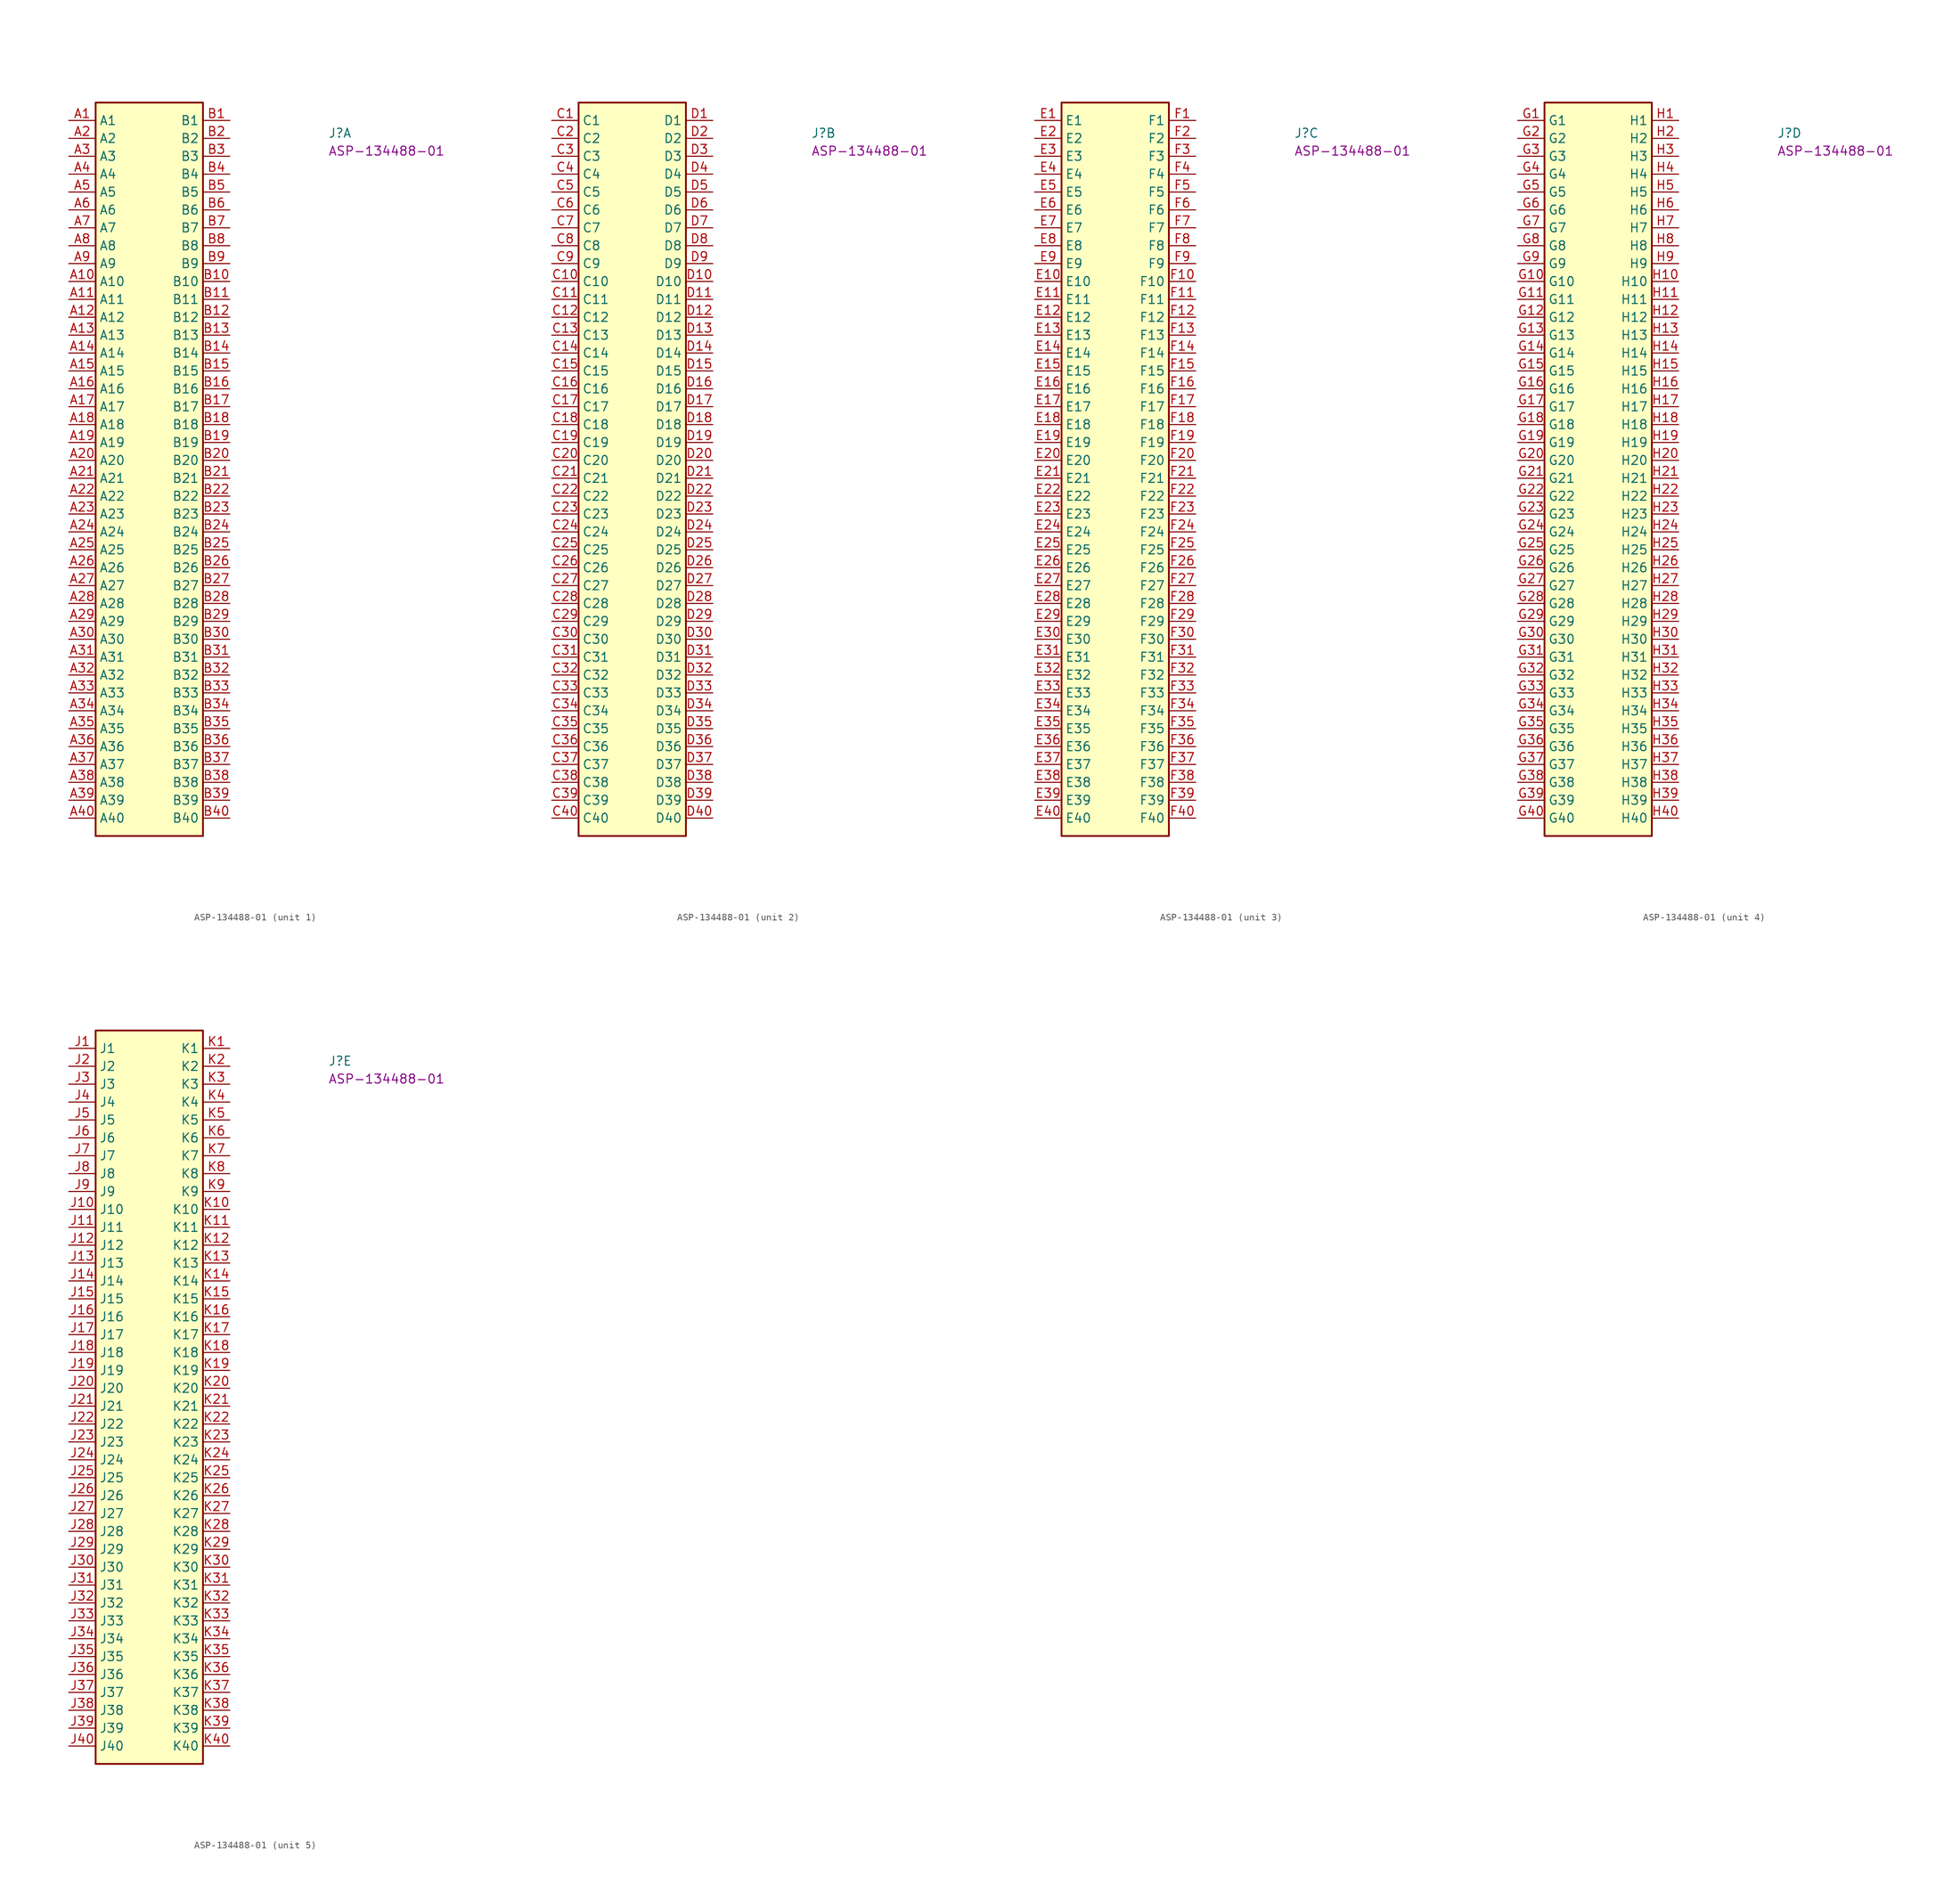
<source format=kicad_sym>
(kicad_symbol_lib
  (version 20220914)
  (generator kicad_symbol_editor)
  (symbol "ASP-134488-01"
    (property "Reference" "J"
      (at 36.83 -2.54 0)
      (effects (font (size 1.27 1.27) (thickness 0.15)) (justify left bottom)))
    (property "MPN" "ASP-134488-01"
      (at 36.83 -5.08 0)
      (effects (font (size 1.27 1.27) (thickness 0.15)) (justify left bottom)))
    (property "ki_locked" ""
      (at 0 0 0)
      (effects (font (size 1.27 1.27))))
    (symbol "ASP-134488-01_1_1"
      (rectangle (start 3.81 -101.6) (end 19.05 2.54) (stroke (width 0.254) (type default)) (fill (type background)))
      (pin passive line (at 0 0 0) (length 3.81) (name "A1" (effects (font (size 1.27 1.27)))) (number "A1" (effects (font (size 1.27 1.27)))))
      (pin passive line (at 0 -22.86 0) (length 3.81) (name "A10" (effects (font (size 1.27 1.27)))) (number "A10" (effects (font (size 1.27 1.27)))))
      (pin passive line (at 0 -25.4 0) (length 3.81) (name "A11" (effects (font (size 1.27 1.27)))) (number "A11" (effects (font (size 1.27 1.27)))))
      (pin passive line (at 0 -27.94 0) (length 3.81) (name "A12" (effects (font (size 1.27 1.27)))) (number "A12" (effects (font (size 1.27 1.27)))))
      (pin passive line (at 0 -30.48 0) (length 3.81) (name "A13" (effects (font (size 1.27 1.27)))) (number "A13" (effects (font (size 1.27 1.27)))))
      (pin passive line (at 0 -33.02 0) (length 3.81) (name "A14" (effects (font (size 1.27 1.27)))) (number "A14" (effects (font (size 1.27 1.27)))))
      (pin passive line (at 0 -35.56 0) (length 3.81) (name "A15" (effects (font (size 1.27 1.27)))) (number "A15" (effects (font (size 1.27 1.27)))))
      (pin passive line (at 0 -38.1 0) (length 3.81) (name "A16" (effects (font (size 1.27 1.27)))) (number "A16" (effects (font (size 1.27 1.27)))))
      (pin passive line (at 0 -40.64 0) (length 3.81) (name "A17" (effects (font (size 1.27 1.27)))) (number "A17" (effects (font (size 1.27 1.27)))))
      (pin passive line (at 0 -43.18 0) (length 3.81) (name "A18" (effects (font (size 1.27 1.27)))) (number "A18" (effects (font (size 1.27 1.27)))))
      (pin passive line (at 0 -45.72 0) (length 3.81) (name "A19" (effects (font (size 1.27 1.27)))) (number "A19" (effects (font (size 1.27 1.27)))))
      (pin passive line (at 0 -2.54 0) (length 3.81) (name "A2" (effects (font (size 1.27 1.27)))) (number "A2" (effects (font (size 1.27 1.27)))))
      (pin passive line (at 0 -48.26 0) (length 3.81) (name "A20" (effects (font (size 1.27 1.27)))) (number "A20" (effects (font (size 1.27 1.27)))))
      (pin passive line (at 0 -50.8 0) (length 3.81) (name "A21" (effects (font (size 1.27 1.27)))) (number "A21" (effects (font (size 1.27 1.27)))))
      (pin passive line (at 0 -53.34 0) (length 3.81) (name "A22" (effects (font (size 1.27 1.27)))) (number "A22" (effects (font (size 1.27 1.27)))))
      (pin passive line (at 0 -55.88 0) (length 3.81) (name "A23" (effects (font (size 1.27 1.27)))) (number "A23" (effects (font (size 1.27 1.27)))))
      (pin passive line (at 0 -58.42 0) (length 3.81) (name "A24" (effects (font (size 1.27 1.27)))) (number "A24" (effects (font (size 1.27 1.27)))))
      (pin passive line (at 0 -60.96 0) (length 3.81) (name "A25" (effects (font (size 1.27 1.27)))) (number "A25" (effects (font (size 1.27 1.27)))))
      (pin passive line (at 0 -63.5 0) (length 3.81) (name "A26" (effects (font (size 1.27 1.27)))) (number "A26" (effects (font (size 1.27 1.27)))))
      (pin passive line (at 0 -66.04 0) (length 3.81) (name "A27" (effects (font (size 1.27 1.27)))) (number "A27" (effects (font (size 1.27 1.27)))))
      (pin passive line (at 0 -68.58 0) (length 3.81) (name "A28" (effects (font (size 1.27 1.27)))) (number "A28" (effects (font (size 1.27 1.27)))))
      (pin passive line (at 0 -71.12 0) (length 3.81) (name "A29" (effects (font (size 1.27 1.27)))) (number "A29" (effects (font (size 1.27 1.27)))))
      (pin passive line (at 0 -5.08 0) (length 3.81) (name "A3" (effects (font (size 1.27 1.27)))) (number "A3" (effects (font (size 1.27 1.27)))))
      (pin passive line (at 0 -73.66 0) (length 3.81) (name "A30" (effects (font (size 1.27 1.27)))) (number "A30" (effects (font (size 1.27 1.27)))))
      (pin passive line (at 0 -76.2 0) (length 3.81) (name "A31" (effects (font (size 1.27 1.27)))) (number "A31" (effects (font (size 1.27 1.27)))))
      (pin passive line (at 0 -78.74 0) (length 3.81) (name "A32" (effects (font (size 1.27 1.27)))) (number "A32" (effects (font (size 1.27 1.27)))))
      (pin passive line (at 0 -81.28 0) (length 3.81) (name "A33" (effects (font (size 1.27 1.27)))) (number "A33" (effects (font (size 1.27 1.27)))))
      (pin passive line (at 0 -83.82 0) (length 3.81) (name "A34" (effects (font (size 1.27 1.27)))) (number "A34" (effects (font (size 1.27 1.27)))))
      (pin passive line (at 0 -86.36 0) (length 3.81) (name "A35" (effects (font (size 1.27 1.27)))) (number "A35" (effects (font (size 1.27 1.27)))))
      (pin passive line (at 0 -88.9 0) (length 3.81) (name "A36" (effects (font (size 1.27 1.27)))) (number "A36" (effects (font (size 1.27 1.27)))))
      (pin passive line (at 0 -91.44 0) (length 3.81) (name "A37" (effects (font (size 1.27 1.27)))) (number "A37" (effects (font (size 1.27 1.27)))))
      (pin passive line (at 0 -93.98 0) (length 3.81) (name "A38" (effects (font (size 1.27 1.27)))) (number "A38" (effects (font (size 1.27 1.27)))))
      (pin passive line (at 0 -96.52 0) (length 3.81) (name "A39" (effects (font (size 1.27 1.27)))) (number "A39" (effects (font (size 1.27 1.27)))))
      (pin passive line (at 0 -7.62 0) (length 3.81) (name "A4" (effects (font (size 1.27 1.27)))) (number "A4" (effects (font (size 1.27 1.27)))))
      (pin passive line (at 0 -99.06 0) (length 3.81) (name "A40" (effects (font (size 1.27 1.27)))) (number "A40" (effects (font (size 1.27 1.27)))))
      (pin passive line (at 0 -10.16 0) (length 3.81) (name "A5" (effects (font (size 1.27 1.27)))) (number "A5" (effects (font (size 1.27 1.27)))))
      (pin passive line (at 0 -12.7 0) (length 3.81) (name "A6" (effects (font (size 1.27 1.27)))) (number "A6" (effects (font (size 1.27 1.27)))))
      (pin passive line (at 0 -15.24 0) (length 3.81) (name "A7" (effects (font (size 1.27 1.27)))) (number "A7" (effects (font (size 1.27 1.27)))))
      (pin passive line (at 0 -17.78 0) (length 3.81) (name "A8" (effects (font (size 1.27 1.27)))) (number "A8" (effects (font (size 1.27 1.27)))))
      (pin passive line (at 0 -20.32 0) (length 3.81) (name "A9" (effects (font (size 1.27 1.27)))) (number "A9" (effects (font (size 1.27 1.27)))))
      (pin passive line (at 22.86 0 180) (length 3.81) (name "B1" (effects (font (size 1.27 1.27)))) (number "B1" (effects (font (size 1.27 1.27)))))
      (pin passive line (at 22.86 -22.86 180) (length 3.81) (name "B10" (effects (font (size 1.27 1.27)))) (number "B10" (effects (font (size 1.27 1.27)))))
      (pin passive line (at 22.86 -25.4 180) (length 3.81) (name "B11" (effects (font (size 1.27 1.27)))) (number "B11" (effects (font (size 1.27 1.27)))))
      (pin passive line (at 22.86 -27.94 180) (length 3.81) (name "B12" (effects (font (size 1.27 1.27)))) (number "B12" (effects (font (size 1.27 1.27)))))
      (pin passive line (at 22.86 -30.48 180) (length 3.81) (name "B13" (effects (font (size 1.27 1.27)))) (number "B13" (effects (font (size 1.27 1.27)))))
      (pin passive line (at 22.86 -33.02 180) (length 3.81) (name "B14" (effects (font (size 1.27 1.27)))) (number "B14" (effects (font (size 1.27 1.27)))))
      (pin passive line (at 22.86 -35.56 180) (length 3.81) (name "B15" (effects (font (size 1.27 1.27)))) (number "B15" (effects (font (size 1.27 1.27)))))
      (pin passive line (at 22.86 -38.1 180) (length 3.81) (name "B16" (effects (font (size 1.27 1.27)))) (number "B16" (effects (font (size 1.27 1.27)))))
      (pin passive line (at 22.86 -40.64 180) (length 3.81) (name "B17" (effects (font (size 1.27 1.27)))) (number "B17" (effects (font (size 1.27 1.27)))))
      (pin passive line (at 22.86 -43.18 180) (length 3.81) (name "B18" (effects (font (size 1.27 1.27)))) (number "B18" (effects (font (size 1.27 1.27)))))
      (pin passive line (at 22.86 -45.72 180) (length 3.81) (name "B19" (effects (font (size 1.27 1.27)))) (number "B19" (effects (font (size 1.27 1.27)))))
      (pin passive line (at 22.86 -2.54 180) (length 3.81) (name "B2" (effects (font (size 1.27 1.27)))) (number "B2" (effects (font (size 1.27 1.27)))))
      (pin passive line (at 22.86 -48.26 180) (length 3.81) (name "B20" (effects (font (size 1.27 1.27)))) (number "B20" (effects (font (size 1.27 1.27)))))
      (pin passive line (at 22.86 -50.8 180) (length 3.81) (name "B21" (effects (font (size 1.27 1.27)))) (number "B21" (effects (font (size 1.27 1.27)))))
      (pin passive line (at 22.86 -53.34 180) (length 3.81) (name "B22" (effects (font (size 1.27 1.27)))) (number "B22" (effects (font (size 1.27 1.27)))))
      (pin passive line (at 22.86 -55.88 180) (length 3.81) (name "B23" (effects (font (size 1.27 1.27)))) (number "B23" (effects (font (size 1.27 1.27)))))
      (pin passive line (at 22.86 -58.42 180) (length 3.81) (name "B24" (effects (font (size 1.27 1.27)))) (number "B24" (effects (font (size 1.27 1.27)))))
      (pin passive line (at 22.86 -60.96 180) (length 3.81) (name "B25" (effects (font (size 1.27 1.27)))) (number "B25" (effects (font (size 1.27 1.27)))))
      (pin passive line (at 22.86 -63.5 180) (length 3.81) (name "B26" (effects (font (size 1.27 1.27)))) (number "B26" (effects (font (size 1.27 1.27)))))
      (pin passive line (at 22.86 -66.04 180) (length 3.81) (name "B27" (effects (font (size 1.27 1.27)))) (number "B27" (effects (font (size 1.27 1.27)))))
      (pin passive line (at 22.86 -68.58 180) (length 3.81) (name "B28" (effects (font (size 1.27 1.27)))) (number "B28" (effects (font (size 1.27 1.27)))))
      (pin passive line (at 22.86 -71.12 180) (length 3.81) (name "B29" (effects (font (size 1.27 1.27)))) (number "B29" (effects (font (size 1.27 1.27)))))
      (pin passive line (at 22.86 -5.08 180) (length 3.81) (name "B3" (effects (font (size 1.27 1.27)))) (number "B3" (effects (font (size 1.27 1.27)))))
      (pin passive line (at 22.86 -73.66 180) (length 3.81) (name "B30" (effects (font (size 1.27 1.27)))) (number "B30" (effects (font (size 1.27 1.27)))))
      (pin passive line (at 22.86 -76.2 180) (length 3.81) (name "B31" (effects (font (size 1.27 1.27)))) (number "B31" (effects (font (size 1.27 1.27)))))
      (pin passive line (at 22.86 -78.74 180) (length 3.81) (name "B32" (effects (font (size 1.27 1.27)))) (number "B32" (effects (font (size 1.27 1.27)))))
      (pin passive line (at 22.86 -81.28 180) (length 3.81) (name "B33" (effects (font (size 1.27 1.27)))) (number "B33" (effects (font (size 1.27 1.27)))))
      (pin passive line (at 22.86 -83.82 180) (length 3.81) (name "B34" (effects (font (size 1.27 1.27)))) (number "B34" (effects (font (size 1.27 1.27)))))
      (pin passive line (at 22.86 -86.36 180) (length 3.81) (name "B35" (effects (font (size 1.27 1.27)))) (number "B35" (effects (font (size 1.27 1.27)))))
      (pin passive line (at 22.86 -88.9 180) (length 3.81) (name "B36" (effects (font (size 1.27 1.27)))) (number "B36" (effects (font (size 1.27 1.27)))))
      (pin passive line (at 22.86 -91.44 180) (length 3.81) (name "B37" (effects (font (size 1.27 1.27)))) (number "B37" (effects (font (size 1.27 1.27)))))
      (pin passive line (at 22.86 -93.98 180) (length 3.81) (name "B38" (effects (font (size 1.27 1.27)))) (number "B38" (effects (font (size 1.27 1.27)))))
      (pin passive line (at 22.86 -96.52 180) (length 3.81) (name "B39" (effects (font (size 1.27 1.27)))) (number "B39" (effects (font (size 1.27 1.27)))))
      (pin passive line (at 22.86 -7.62 180) (length 3.81) (name "B4" (effects (font (size 1.27 1.27)))) (number "B4" (effects (font (size 1.27 1.27)))))
      (pin passive line (at 22.86 -99.06 180) (length 3.81) (name "B40" (effects (font (size 1.27 1.27)))) (number "B40" (effects (font (size 1.27 1.27)))))
      (pin passive line (at 22.86 -10.16 180) (length 3.81) (name "B5" (effects (font (size 1.27 1.27)))) (number "B5" (effects (font (size 1.27 1.27)))))
      (pin passive line (at 22.86 -12.7 180) (length 3.81) (name "B6" (effects (font (size 1.27 1.27)))) (number "B6" (effects (font (size 1.27 1.27)))))
      (pin passive line (at 22.86 -15.24 180) (length 3.81) (name "B7" (effects (font (size 1.27 1.27)))) (number "B7" (effects (font (size 1.27 1.27)))))
      (pin passive line (at 22.86 -17.78 180) (length 3.81) (name "B8" (effects (font (size 1.27 1.27)))) (number "B8" (effects (font (size 1.27 1.27)))))
      (pin passive line (at 22.86 -20.32 180) (length 3.81) (name "B9" (effects (font (size 1.27 1.27)))) (number "B9" (effects (font (size 1.27 1.27))))))
    (symbol "ASP-134488-01_2_1"
      (rectangle (start 3.81 -101.6) (end 19.05 2.54) (stroke (width 0.254) (type default)) (fill (type background)))
      (pin passive line (at 0 0 0) (length 3.81) (name "C1" (effects (font (size 1.27 1.27)))) (number "C1" (effects (font (size 1.27 1.27)))))
      (pin passive line (at 0 -22.86 0) (length 3.81) (name "C10" (effects (font (size 1.27 1.27)))) (number "C10" (effects (font (size 1.27 1.27)))))
      (pin passive line (at 0 -25.4 0) (length 3.81) (name "C11" (effects (font (size 1.27 1.27)))) (number "C11" (effects (font (size 1.27 1.27)))))
      (pin passive line (at 0 -27.94 0) (length 3.81) (name "C12" (effects (font (size 1.27 1.27)))) (number "C12" (effects (font (size 1.27 1.27)))))
      (pin passive line (at 0 -30.48 0) (length 3.81) (name "C13" (effects (font (size 1.27 1.27)))) (number "C13" (effects (font (size 1.27 1.27)))))
      (pin passive line (at 0 -33.02 0) (length 3.81) (name "C14" (effects (font (size 1.27 1.27)))) (number "C14" (effects (font (size 1.27 1.27)))))
      (pin passive line (at 0 -35.56 0) (length 3.81) (name "C15" (effects (font (size 1.27 1.27)))) (number "C15" (effects (font (size 1.27 1.27)))))
      (pin passive line (at 0 -38.1 0) (length 3.81) (name "C16" (effects (font (size 1.27 1.27)))) (number "C16" (effects (font (size 1.27 1.27)))))
      (pin passive line (at 0 -40.64 0) (length 3.81) (name "C17" (effects (font (size 1.27 1.27)))) (number "C17" (effects (font (size 1.27 1.27)))))
      (pin passive line (at 0 -43.18 0) (length 3.81) (name "C18" (effects (font (size 1.27 1.27)))) (number "C18" (effects (font (size 1.27 1.27)))))
      (pin passive line (at 0 -45.72 0) (length 3.81) (name "C19" (effects (font (size 1.27 1.27)))) (number "C19" (effects (font (size 1.27 1.27)))))
      (pin passive line (at 0 -2.54 0) (length 3.81) (name "C2" (effects (font (size 1.27 1.27)))) (number "C2" (effects (font (size 1.27 1.27)))))
      (pin passive line (at 0 -48.26 0) (length 3.81) (name "C20" (effects (font (size 1.27 1.27)))) (number "C20" (effects (font (size 1.27 1.27)))))
      (pin passive line (at 0 -50.8 0) (length 3.81) (name "C21" (effects (font (size 1.27 1.27)))) (number "C21" (effects (font (size 1.27 1.27)))))
      (pin passive line (at 0 -53.34 0) (length 3.81) (name "C22" (effects (font (size 1.27 1.27)))) (number "C22" (effects (font (size 1.27 1.27)))))
      (pin passive line (at 0 -55.88 0) (length 3.81) (name "C23" (effects (font (size 1.27 1.27)))) (number "C23" (effects (font (size 1.27 1.27)))))
      (pin passive line (at 0 -58.42 0) (length 3.81) (name "C24" (effects (font (size 1.27 1.27)))) (number "C24" (effects (font (size 1.27 1.27)))))
      (pin passive line (at 0 -60.96 0) (length 3.81) (name "C25" (effects (font (size 1.27 1.27)))) (number "C25" (effects (font (size 1.27 1.27)))))
      (pin passive line (at 0 -63.5 0) (length 3.81) (name "C26" (effects (font (size 1.27 1.27)))) (number "C26" (effects (font (size 1.27 1.27)))))
      (pin passive line (at 0 -66.04 0) (length 3.81) (name "C27" (effects (font (size 1.27 1.27)))) (number "C27" (effects (font (size 1.27 1.27)))))
      (pin passive line (at 0 -68.58 0) (length 3.81) (name "C28" (effects (font (size 1.27 1.27)))) (number "C28" (effects (font (size 1.27 1.27)))))
      (pin passive line (at 0 -71.12 0) (length 3.81) (name "C29" (effects (font (size 1.27 1.27)))) (number "C29" (effects (font (size 1.27 1.27)))))
      (pin passive line (at 0 -5.08 0) (length 3.81) (name "C3" (effects (font (size 1.27 1.27)))) (number "C3" (effects (font (size 1.27 1.27)))))
      (pin passive line (at 0 -73.66 0) (length 3.81) (name "C30" (effects (font (size 1.27 1.27)))) (number "C30" (effects (font (size 1.27 1.27)))))
      (pin passive line (at 0 -76.2 0) (length 3.81) (name "C31" (effects (font (size 1.27 1.27)))) (number "C31" (effects (font (size 1.27 1.27)))))
      (pin passive line (at 0 -78.74 0) (length 3.81) (name "C32" (effects (font (size 1.27 1.27)))) (number "C32" (effects (font (size 1.27 1.27)))))
      (pin passive line (at 0 -81.28 0) (length 3.81) (name "C33" (effects (font (size 1.27 1.27)))) (number "C33" (effects (font (size 1.27 1.27)))))
      (pin passive line (at 0 -83.82 0) (length 3.81) (name "C34" (effects (font (size 1.27 1.27)))) (number "C34" (effects (font (size 1.27 1.27)))))
      (pin passive line (at 0 -86.36 0) (length 3.81) (name "C35" (effects (font (size 1.27 1.27)))) (number "C35" (effects (font (size 1.27 1.27)))))
      (pin passive line (at 0 -88.9 0) (length 3.81) (name "C36" (effects (font (size 1.27 1.27)))) (number "C36" (effects (font (size 1.27 1.27)))))
      (pin passive line (at 0 -91.44 0) (length 3.81) (name "C37" (effects (font (size 1.27 1.27)))) (number "C37" (effects (font (size 1.27 1.27)))))
      (pin passive line (at 0 -93.98 0) (length 3.81) (name "C38" (effects (font (size 1.27 1.27)))) (number "C38" (effects (font (size 1.27 1.27)))))
      (pin passive line (at 0 -96.52 0) (length 3.81) (name "C39" (effects (font (size 1.27 1.27)))) (number "C39" (effects (font (size 1.27 1.27)))))
      (pin passive line (at 0 -7.62 0) (length 3.81) (name "C4" (effects (font (size 1.27 1.27)))) (number "C4" (effects (font (size 1.27 1.27)))))
      (pin passive line (at 0 -99.06 0) (length 3.81) (name "C40" (effects (font (size 1.27 1.27)))) (number "C40" (effects (font (size 1.27 1.27)))))
      (pin passive line (at 0 -10.16 0) (length 3.81) (name "C5" (effects (font (size 1.27 1.27)))) (number "C5" (effects (font (size 1.27 1.27)))))
      (pin passive line (at 0 -12.7 0) (length 3.81) (name "C6" (effects (font (size 1.27 1.27)))) (number "C6" (effects (font (size 1.27 1.27)))))
      (pin passive line (at 0 -15.24 0) (length 3.81) (name "C7" (effects (font (size 1.27 1.27)))) (number "C7" (effects (font (size 1.27 1.27)))))
      (pin passive line (at 0 -17.78 0) (length 3.81) (name "C8" (effects (font (size 1.27 1.27)))) (number "C8" (effects (font (size 1.27 1.27)))))
      (pin passive line (at 0 -20.32 0) (length 3.81) (name "C9" (effects (font (size 1.27 1.27)))) (number "C9" (effects (font (size 1.27 1.27)))))
      (pin passive line (at 22.86 0 180) (length 3.81) (name "D1" (effects (font (size 1.27 1.27)))) (number "D1" (effects (font (size 1.27 1.27)))))
      (pin passive line (at 22.86 -22.86 180) (length 3.81) (name "D10" (effects (font (size 1.27 1.27)))) (number "D10" (effects (font (size 1.27 1.27)))))
      (pin passive line (at 22.86 -25.4 180) (length 3.81) (name "D11" (effects (font (size 1.27 1.27)))) (number "D11" (effects (font (size 1.27 1.27)))))
      (pin passive line (at 22.86 -27.94 180) (length 3.81) (name "D12" (effects (font (size 1.27 1.27)))) (number "D12" (effects (font (size 1.27 1.27)))))
      (pin passive line (at 22.86 -30.48 180) (length 3.81) (name "D13" (effects (font (size 1.27 1.27)))) (number "D13" (effects (font (size 1.27 1.27)))))
      (pin passive line (at 22.86 -33.02 180) (length 3.81) (name "D14" (effects (font (size 1.27 1.27)))) (number "D14" (effects (font (size 1.27 1.27)))))
      (pin passive line (at 22.86 -35.56 180) (length 3.81) (name "D15" (effects (font (size 1.27 1.27)))) (number "D15" (effects (font (size 1.27 1.27)))))
      (pin passive line (at 22.86 -38.1 180) (length 3.81) (name "D16" (effects (font (size 1.27 1.27)))) (number "D16" (effects (font (size 1.27 1.27)))))
      (pin passive line (at 22.86 -40.64 180) (length 3.81) (name "D17" (effects (font (size 1.27 1.27)))) (number "D17" (effects (font (size 1.27 1.27)))))
      (pin passive line (at 22.86 -43.18 180) (length 3.81) (name "D18" (effects (font (size 1.27 1.27)))) (number "D18" (effects (font (size 1.27 1.27)))))
      (pin passive line (at 22.86 -45.72 180) (length 3.81) (name "D19" (effects (font (size 1.27 1.27)))) (number "D19" (effects (font (size 1.27 1.27)))))
      (pin passive line (at 22.86 -2.54 180) (length 3.81) (name "D2" (effects (font (size 1.27 1.27)))) (number "D2" (effects (font (size 1.27 1.27)))))
      (pin passive line (at 22.86 -48.26 180) (length 3.81) (name "D20" (effects (font (size 1.27 1.27)))) (number "D20" (effects (font (size 1.27 1.27)))))
      (pin passive line (at 22.86 -50.8 180) (length 3.81) (name "D21" (effects (font (size 1.27 1.27)))) (number "D21" (effects (font (size 1.27 1.27)))))
      (pin passive line (at 22.86 -53.34 180) (length 3.81) (name "D22" (effects (font (size 1.27 1.27)))) (number "D22" (effects (font (size 1.27 1.27)))))
      (pin passive line (at 22.86 -55.88 180) (length 3.81) (name "D23" (effects (font (size 1.27 1.27)))) (number "D23" (effects (font (size 1.27 1.27)))))
      (pin passive line (at 22.86 -58.42 180) (length 3.81) (name "D24" (effects (font (size 1.27 1.27)))) (number "D24" (effects (font (size 1.27 1.27)))))
      (pin passive line (at 22.86 -60.96 180) (length 3.81) (name "D25" (effects (font (size 1.27 1.27)))) (number "D25" (effects (font (size 1.27 1.27)))))
      (pin passive line (at 22.86 -63.5 180) (length 3.81) (name "D26" (effects (font (size 1.27 1.27)))) (number "D26" (effects (font (size 1.27 1.27)))))
      (pin passive line (at 22.86 -66.04 180) (length 3.81) (name "D27" (effects (font (size 1.27 1.27)))) (number "D27" (effects (font (size 1.27 1.27)))))
      (pin passive line (at 22.86 -68.58 180) (length 3.81) (name "D28" (effects (font (size 1.27 1.27)))) (number "D28" (effects (font (size 1.27 1.27)))))
      (pin passive line (at 22.86 -71.12 180) (length 3.81) (name "D29" (effects (font (size 1.27 1.27)))) (number "D29" (effects (font (size 1.27 1.27)))))
      (pin passive line (at 22.86 -5.08 180) (length 3.81) (name "D3" (effects (font (size 1.27 1.27)))) (number "D3" (effects (font (size 1.27 1.27)))))
      (pin passive line (at 22.86 -73.66 180) (length 3.81) (name "D30" (effects (font (size 1.27 1.27)))) (number "D30" (effects (font (size 1.27 1.27)))))
      (pin passive line (at 22.86 -76.2 180) (length 3.81) (name "D31" (effects (font (size 1.27 1.27)))) (number "D31" (effects (font (size 1.27 1.27)))))
      (pin passive line (at 22.86 -78.74 180) (length 3.81) (name "D32" (effects (font (size 1.27 1.27)))) (number "D32" (effects (font (size 1.27 1.27)))))
      (pin passive line (at 22.86 -81.28 180) (length 3.81) (name "D33" (effects (font (size 1.27 1.27)))) (number "D33" (effects (font (size 1.27 1.27)))))
      (pin passive line (at 22.86 -83.82 180) (length 3.81) (name "D34" (effects (font (size 1.27 1.27)))) (number "D34" (effects (font (size 1.27 1.27)))))
      (pin passive line (at 22.86 -86.36 180) (length 3.81) (name "D35" (effects (font (size 1.27 1.27)))) (number "D35" (effects (font (size 1.27 1.27)))))
      (pin passive line (at 22.86 -88.9 180) (length 3.81) (name "D36" (effects (font (size 1.27 1.27)))) (number "D36" (effects (font (size 1.27 1.27)))))
      (pin passive line (at 22.86 -91.44 180) (length 3.81) (name "D37" (effects (font (size 1.27 1.27)))) (number "D37" (effects (font (size 1.27 1.27)))))
      (pin passive line (at 22.86 -93.98 180) (length 3.81) (name "D38" (effects (font (size 1.27 1.27)))) (number "D38" (effects (font (size 1.27 1.27)))))
      (pin passive line (at 22.86 -96.52 180) (length 3.81) (name "D39" (effects (font (size 1.27 1.27)))) (number "D39" (effects (font (size 1.27 1.27)))))
      (pin passive line (at 22.86 -7.62 180) (length 3.81) (name "D4" (effects (font (size 1.27 1.27)))) (number "D4" (effects (font (size 1.27 1.27)))))
      (pin passive line (at 22.86 -99.06 180) (length 3.81) (name "D40" (effects (font (size 1.27 1.27)))) (number "D40" (effects (font (size 1.27 1.27)))))
      (pin passive line (at 22.86 -10.16 180) (length 3.81) (name "D5" (effects (font (size 1.27 1.27)))) (number "D5" (effects (font (size 1.27 1.27)))))
      (pin passive line (at 22.86 -12.7 180) (length 3.81) (name "D6" (effects (font (size 1.27 1.27)))) (number "D6" (effects (font (size 1.27 1.27)))))
      (pin passive line (at 22.86 -15.24 180) (length 3.81) (name "D7" (effects (font (size 1.27 1.27)))) (number "D7" (effects (font (size 1.27 1.27)))))
      (pin passive line (at 22.86 -17.78 180) (length 3.81) (name "D8" (effects (font (size 1.27 1.27)))) (number "D8" (effects (font (size 1.27 1.27)))))
      (pin passive line (at 22.86 -20.32 180) (length 3.81) (name "D9" (effects (font (size 1.27 1.27)))) (number "D9" (effects (font (size 1.27 1.27))))))
    (symbol "ASP-134488-01_3_1"
      (rectangle (start 3.81 -101.6) (end 19.05 2.54) (stroke (width 0.254) (type default)) (fill (type background)))
      (pin passive line (at 0 0 0) (length 3.81) (name "E1" (effects (font (size 1.27 1.27)))) (number "E1" (effects (font (size 1.27 1.27)))))
      (pin passive line (at 0 -22.86 0) (length 3.81) (name "E10" (effects (font (size 1.27 1.27)))) (number "E10" (effects (font (size 1.27 1.27)))))
      (pin passive line (at 0 -25.4 0) (length 3.81) (name "E11" (effects (font (size 1.27 1.27)))) (number "E11" (effects (font (size 1.27 1.27)))))
      (pin passive line (at 0 -27.94 0) (length 3.81) (name "E12" (effects (font (size 1.27 1.27)))) (number "E12" (effects (font (size 1.27 1.27)))))
      (pin passive line (at 0 -30.48 0) (length 3.81) (name "E13" (effects (font (size 1.27 1.27)))) (number "E13" (effects (font (size 1.27 1.27)))))
      (pin passive line (at 0 -33.02 0) (length 3.81) (name "E14" (effects (font (size 1.27 1.27)))) (number "E14" (effects (font (size 1.27 1.27)))))
      (pin passive line (at 0 -35.56 0) (length 3.81) (name "E15" (effects (font (size 1.27 1.27)))) (number "E15" (effects (font (size 1.27 1.27)))))
      (pin passive line (at 0 -38.1 0) (length 3.81) (name "E16" (effects (font (size 1.27 1.27)))) (number "E16" (effects (font (size 1.27 1.27)))))
      (pin passive line (at 0 -40.64 0) (length 3.81) (name "E17" (effects (font (size 1.27 1.27)))) (number "E17" (effects (font (size 1.27 1.27)))))
      (pin passive line (at 0 -43.18 0) (length 3.81) (name "E18" (effects (font (size 1.27 1.27)))) (number "E18" (effects (font (size 1.27 1.27)))))
      (pin passive line (at 0 -45.72 0) (length 3.81) (name "E19" (effects (font (size 1.27 1.27)))) (number "E19" (effects (font (size 1.27 1.27)))))
      (pin passive line (at 0 -2.54 0) (length 3.81) (name "E2" (effects (font (size 1.27 1.27)))) (number "E2" (effects (font (size 1.27 1.27)))))
      (pin passive line (at 0 -48.26 0) (length 3.81) (name "E20" (effects (font (size 1.27 1.27)))) (number "E20" (effects (font (size 1.27 1.27)))))
      (pin passive line (at 0 -50.8 0) (length 3.81) (name "E21" (effects (font (size 1.27 1.27)))) (number "E21" (effects (font (size 1.27 1.27)))))
      (pin passive line (at 0 -53.34 0) (length 3.81) (name "E22" (effects (font (size 1.27 1.27)))) (number "E22" (effects (font (size 1.27 1.27)))))
      (pin passive line (at 0 -55.88 0) (length 3.81) (name "E23" (effects (font (size 1.27 1.27)))) (number "E23" (effects (font (size 1.27 1.27)))))
      (pin passive line (at 0 -58.42 0) (length 3.81) (name "E24" (effects (font (size 1.27 1.27)))) (number "E24" (effects (font (size 1.27 1.27)))))
      (pin passive line (at 0 -60.96 0) (length 3.81) (name "E25" (effects (font (size 1.27 1.27)))) (number "E25" (effects (font (size 1.27 1.27)))))
      (pin passive line (at 0 -63.5 0) (length 3.81) (name "E26" (effects (font (size 1.27 1.27)))) (number "E26" (effects (font (size 1.27 1.27)))))
      (pin passive line (at 0 -66.04 0) (length 3.81) (name "E27" (effects (font (size 1.27 1.27)))) (number "E27" (effects (font (size 1.27 1.27)))))
      (pin passive line (at 0 -68.58 0) (length 3.81) (name "E28" (effects (font (size 1.27 1.27)))) (number "E28" (effects (font (size 1.27 1.27)))))
      (pin passive line (at 0 -71.12 0) (length 3.81) (name "E29" (effects (font (size 1.27 1.27)))) (number "E29" (effects (font (size 1.27 1.27)))))
      (pin passive line (at 0 -5.08 0) (length 3.81) (name "E3" (effects (font (size 1.27 1.27)))) (number "E3" (effects (font (size 1.27 1.27)))))
      (pin passive line (at 0 -73.66 0) (length 3.81) (name "E30" (effects (font (size 1.27 1.27)))) (number "E30" (effects (font (size 1.27 1.27)))))
      (pin passive line (at 0 -76.2 0) (length 3.81) (name "E31" (effects (font (size 1.27 1.27)))) (number "E31" (effects (font (size 1.27 1.27)))))
      (pin passive line (at 0 -78.74 0) (length 3.81) (name "E32" (effects (font (size 1.27 1.27)))) (number "E32" (effects (font (size 1.27 1.27)))))
      (pin passive line (at 0 -81.28 0) (length 3.81) (name "E33" (effects (font (size 1.27 1.27)))) (number "E33" (effects (font (size 1.27 1.27)))))
      (pin passive line (at 0 -83.82 0) (length 3.81) (name "E34" (effects (font (size 1.27 1.27)))) (number "E34" (effects (font (size 1.27 1.27)))))
      (pin passive line (at 0 -86.36 0) (length 3.81) (name "E35" (effects (font (size 1.27 1.27)))) (number "E35" (effects (font (size 1.27 1.27)))))
      (pin passive line (at 0 -88.9 0) (length 3.81) (name "E36" (effects (font (size 1.27 1.27)))) (number "E36" (effects (font (size 1.27 1.27)))))
      (pin passive line (at 0 -91.44 0) (length 3.81) (name "E37" (effects (font (size 1.27 1.27)))) (number "E37" (effects (font (size 1.27 1.27)))))
      (pin passive line (at 0 -93.98 0) (length 3.81) (name "E38" (effects (font (size 1.27 1.27)))) (number "E38" (effects (font (size 1.27 1.27)))))
      (pin passive line (at 0 -96.52 0) (length 3.81) (name "E39" (effects (font (size 1.27 1.27)))) (number "E39" (effects (font (size 1.27 1.27)))))
      (pin passive line (at 0 -7.62 0) (length 3.81) (name "E4" (effects (font (size 1.27 1.27)))) (number "E4" (effects (font (size 1.27 1.27)))))
      (pin passive line (at 0 -99.06 0) (length 3.81) (name "E40" (effects (font (size 1.27 1.27)))) (number "E40" (effects (font (size 1.27 1.27)))))
      (pin passive line (at 0 -10.16 0) (length 3.81) (name "E5" (effects (font (size 1.27 1.27)))) (number "E5" (effects (font (size 1.27 1.27)))))
      (pin passive line (at 0 -12.7 0) (length 3.81) (name "E6" (effects (font (size 1.27 1.27)))) (number "E6" (effects (font (size 1.27 1.27)))))
      (pin passive line (at 0 -15.24 0) (length 3.81) (name "E7" (effects (font (size 1.27 1.27)))) (number "E7" (effects (font (size 1.27 1.27)))))
      (pin passive line (at 0 -17.78 0) (length 3.81) (name "E8" (effects (font (size 1.27 1.27)))) (number "E8" (effects (font (size 1.27 1.27)))))
      (pin passive line (at 0 -20.32 0) (length 3.81) (name "E9" (effects (font (size 1.27 1.27)))) (number "E9" (effects (font (size 1.27 1.27)))))
      (pin passive line (at 22.86 0 180) (length 3.81) (name "F1" (effects (font (size 1.27 1.27)))) (number "F1" (effects (font (size 1.27 1.27)))))
      (pin passive line (at 22.86 -22.86 180) (length 3.81) (name "F10" (effects (font (size 1.27 1.27)))) (number "F10" (effects (font (size 1.27 1.27)))))
      (pin passive line (at 22.86 -25.4 180) (length 3.81) (name "F11" (effects (font (size 1.27 1.27)))) (number "F11" (effects (font (size 1.27 1.27)))))
      (pin passive line (at 22.86 -27.94 180) (length 3.81) (name "F12" (effects (font (size 1.27 1.27)))) (number "F12" (effects (font (size 1.27 1.27)))))
      (pin passive line (at 22.86 -30.48 180) (length 3.81) (name "F13" (effects (font (size 1.27 1.27)))) (number "F13" (effects (font (size 1.27 1.27)))))
      (pin passive line (at 22.86 -33.02 180) (length 3.81) (name "F14" (effects (font (size 1.27 1.27)))) (number "F14" (effects (font (size 1.27 1.27)))))
      (pin passive line (at 22.86 -35.56 180) (length 3.81) (name "F15" (effects (font (size 1.27 1.27)))) (number "F15" (effects (font (size 1.27 1.27)))))
      (pin passive line (at 22.86 -38.1 180) (length 3.81) (name "F16" (effects (font (size 1.27 1.27)))) (number "F16" (effects (font (size 1.27 1.27)))))
      (pin passive line (at 22.86 -40.64 180) (length 3.81) (name "F17" (effects (font (size 1.27 1.27)))) (number "F17" (effects (font (size 1.27 1.27)))))
      (pin passive line (at 22.86 -43.18 180) (length 3.81) (name "F18" (effects (font (size 1.27 1.27)))) (number "F18" (effects (font (size 1.27 1.27)))))
      (pin passive line (at 22.86 -45.72 180) (length 3.81) (name "F19" (effects (font (size 1.27 1.27)))) (number "F19" (effects (font (size 1.27 1.27)))))
      (pin passive line (at 22.86 -2.54 180) (length 3.81) (name "F2" (effects (font (size 1.27 1.27)))) (number "F2" (effects (font (size 1.27 1.27)))))
      (pin passive line (at 22.86 -48.26 180) (length 3.81) (name "F20" (effects (font (size 1.27 1.27)))) (number "F20" (effects (font (size 1.27 1.27)))))
      (pin passive line (at 22.86 -50.8 180) (length 3.81) (name "F21" (effects (font (size 1.27 1.27)))) (number "F21" (effects (font (size 1.27 1.27)))))
      (pin passive line (at 22.86 -53.34 180) (length 3.81) (name "F22" (effects (font (size 1.27 1.27)))) (number "F22" (effects (font (size 1.27 1.27)))))
      (pin passive line (at 22.86 -55.88 180) (length 3.81) (name "F23" (effects (font (size 1.27 1.27)))) (number "F23" (effects (font (size 1.27 1.27)))))
      (pin passive line (at 22.86 -58.42 180) (length 3.81) (name "F24" (effects (font (size 1.27 1.27)))) (number "F24" (effects (font (size 1.27 1.27)))))
      (pin passive line (at 22.86 -60.96 180) (length 3.81) (name "F25" (effects (font (size 1.27 1.27)))) (number "F25" (effects (font (size 1.27 1.27)))))
      (pin passive line (at 22.86 -63.5 180) (length 3.81) (name "F26" (effects (font (size 1.27 1.27)))) (number "F26" (effects (font (size 1.27 1.27)))))
      (pin passive line (at 22.86 -66.04 180) (length 3.81) (name "F27" (effects (font (size 1.27 1.27)))) (number "F27" (effects (font (size 1.27 1.27)))))
      (pin passive line (at 22.86 -68.58 180) (length 3.81) (name "F28" (effects (font (size 1.27 1.27)))) (number "F28" (effects (font (size 1.27 1.27)))))
      (pin passive line (at 22.86 -71.12 180) (length 3.81) (name "F29" (effects (font (size 1.27 1.27)))) (number "F29" (effects (font (size 1.27 1.27)))))
      (pin passive line (at 22.86 -5.08 180) (length 3.81) (name "F3" (effects (font (size 1.27 1.27)))) (number "F3" (effects (font (size 1.27 1.27)))))
      (pin passive line (at 22.86 -73.66 180) (length 3.81) (name "F30" (effects (font (size 1.27 1.27)))) (number "F30" (effects (font (size 1.27 1.27)))))
      (pin passive line (at 22.86 -76.2 180) (length 3.81) (name "F31" (effects (font (size 1.27 1.27)))) (number "F31" (effects (font (size 1.27 1.27)))))
      (pin passive line (at 22.86 -78.74 180) (length 3.81) (name "F32" (effects (font (size 1.27 1.27)))) (number "F32" (effects (font (size 1.27 1.27)))))
      (pin passive line (at 22.86 -81.28 180) (length 3.81) (name "F33" (effects (font (size 1.27 1.27)))) (number "F33" (effects (font (size 1.27 1.27)))))
      (pin passive line (at 22.86 -83.82 180) (length 3.81) (name "F34" (effects (font (size 1.27 1.27)))) (number "F34" (effects (font (size 1.27 1.27)))))
      (pin passive line (at 22.86 -86.36 180) (length 3.81) (name "F35" (effects (font (size 1.27 1.27)))) (number "F35" (effects (font (size 1.27 1.27)))))
      (pin passive line (at 22.86 -88.9 180) (length 3.81) (name "F36" (effects (font (size 1.27 1.27)))) (number "F36" (effects (font (size 1.27 1.27)))))
      (pin passive line (at 22.86 -91.44 180) (length 3.81) (name "F37" (effects (font (size 1.27 1.27)))) (number "F37" (effects (font (size 1.27 1.27)))))
      (pin passive line (at 22.86 -93.98 180) (length 3.81) (name "F38" (effects (font (size 1.27 1.27)))) (number "F38" (effects (font (size 1.27 1.27)))))
      (pin passive line (at 22.86 -96.52 180) (length 3.81) (name "F39" (effects (font (size 1.27 1.27)))) (number "F39" (effects (font (size 1.27 1.27)))))
      (pin passive line (at 22.86 -7.62 180) (length 3.81) (name "F4" (effects (font (size 1.27 1.27)))) (number "F4" (effects (font (size 1.27 1.27)))))
      (pin passive line (at 22.86 -99.06 180) (length 3.81) (name "F40" (effects (font (size 1.27 1.27)))) (number "F40" (effects (font (size 1.27 1.27)))))
      (pin passive line (at 22.86 -10.16 180) (length 3.81) (name "F5" (effects (font (size 1.27 1.27)))) (number "F5" (effects (font (size 1.27 1.27)))))
      (pin passive line (at 22.86 -12.7 180) (length 3.81) (name "F6" (effects (font (size 1.27 1.27)))) (number "F6" (effects (font (size 1.27 1.27)))))
      (pin passive line (at 22.86 -15.24 180) (length 3.81) (name "F7" (effects (font (size 1.27 1.27)))) (number "F7" (effects (font (size 1.27 1.27)))))
      (pin passive line (at 22.86 -17.78 180) (length 3.81) (name "F8" (effects (font (size 1.27 1.27)))) (number "F8" (effects (font (size 1.27 1.27)))))
      (pin passive line (at 22.86 -20.32 180) (length 3.81) (name "F9" (effects (font (size 1.27 1.27)))) (number "F9" (effects (font (size 1.27 1.27))))))
    (symbol "ASP-134488-01_4_1"
      (rectangle (start 3.81 -101.6) (end 19.05 2.54) (stroke (width 0.254) (type default)) (fill (type background)))
      (pin passive line (at 0 0 0) (length 3.81) (name "G1" (effects (font (size 1.27 1.27)))) (number "G1" (effects (font (size 1.27 1.27)))))
      (pin passive line (at 0 -22.86 0) (length 3.81) (name "G10" (effects (font (size 1.27 1.27)))) (number "G10" (effects (font (size 1.27 1.27)))))
      (pin passive line (at 0 -25.4 0) (length 3.81) (name "G11" (effects (font (size 1.27 1.27)))) (number "G11" (effects (font (size 1.27 1.27)))))
      (pin passive line (at 0 -27.94 0) (length 3.81) (name "G12" (effects (font (size 1.27 1.27)))) (number "G12" (effects (font (size 1.27 1.27)))))
      (pin passive line (at 0 -30.48 0) (length 3.81) (name "G13" (effects (font (size 1.27 1.27)))) (number "G13" (effects (font (size 1.27 1.27)))))
      (pin passive line (at 0 -33.02 0) (length 3.81) (name "G14" (effects (font (size 1.27 1.27)))) (number "G14" (effects (font (size 1.27 1.27)))))
      (pin passive line (at 0 -35.56 0) (length 3.81) (name "G15" (effects (font (size 1.27 1.27)))) (number "G15" (effects (font (size 1.27 1.27)))))
      (pin passive line (at 0 -38.1 0) (length 3.81) (name "G16" (effects (font (size 1.27 1.27)))) (number "G16" (effects (font (size 1.27 1.27)))))
      (pin passive line (at 0 -40.64 0) (length 3.81) (name "G17" (effects (font (size 1.27 1.27)))) (number "G17" (effects (font (size 1.27 1.27)))))
      (pin passive line (at 0 -43.18 0) (length 3.81) (name "G18" (effects (font (size 1.27 1.27)))) (number "G18" (effects (font (size 1.27 1.27)))))
      (pin passive line (at 0 -45.72 0) (length 3.81) (name "G19" (effects (font (size 1.27 1.27)))) (number "G19" (effects (font (size 1.27 1.27)))))
      (pin passive line (at 0 -2.54 0) (length 3.81) (name "G2" (effects (font (size 1.27 1.27)))) (number "G2" (effects (font (size 1.27 1.27)))))
      (pin passive line (at 0 -48.26 0) (length 3.81) (name "G20" (effects (font (size 1.27 1.27)))) (number "G20" (effects (font (size 1.27 1.27)))))
      (pin passive line (at 0 -50.8 0) (length 3.81) (name "G21" (effects (font (size 1.27 1.27)))) (number "G21" (effects (font (size 1.27 1.27)))))
      (pin passive line (at 0 -53.34 0) (length 3.81) (name "G22" (effects (font (size 1.27 1.27)))) (number "G22" (effects (font (size 1.27 1.27)))))
      (pin passive line (at 0 -55.88 0) (length 3.81) (name "G23" (effects (font (size 1.27 1.27)))) (number "G23" (effects (font (size 1.27 1.27)))))
      (pin passive line (at 0 -58.42 0) (length 3.81) (name "G24" (effects (font (size 1.27 1.27)))) (number "G24" (effects (font (size 1.27 1.27)))))
      (pin passive line (at 0 -60.96 0) (length 3.81) (name "G25" (effects (font (size 1.27 1.27)))) (number "G25" (effects (font (size 1.27 1.27)))))
      (pin passive line (at 0 -63.5 0) (length 3.81) (name "G26" (effects (font (size 1.27 1.27)))) (number "G26" (effects (font (size 1.27 1.27)))))
      (pin passive line (at 0 -66.04 0) (length 3.81) (name "G27" (effects (font (size 1.27 1.27)))) (number "G27" (effects (font (size 1.27 1.27)))))
      (pin passive line (at 0 -68.58 0) (length 3.81) (name "G28" (effects (font (size 1.27 1.27)))) (number "G28" (effects (font (size 1.27 1.27)))))
      (pin passive line (at 0 -71.12 0) (length 3.81) (name "G29" (effects (font (size 1.27 1.27)))) (number "G29" (effects (font (size 1.27 1.27)))))
      (pin passive line (at 0 -5.08 0) (length 3.81) (name "G3" (effects (font (size 1.27 1.27)))) (number "G3" (effects (font (size 1.27 1.27)))))
      (pin passive line (at 0 -73.66 0) (length 3.81) (name "G30" (effects (font (size 1.27 1.27)))) (number "G30" (effects (font (size 1.27 1.27)))))
      (pin passive line (at 0 -76.2 0) (length 3.81) (name "G31" (effects (font (size 1.27 1.27)))) (number "G31" (effects (font (size 1.27 1.27)))))
      (pin passive line (at 0 -78.74 0) (length 3.81) (name "G32" (effects (font (size 1.27 1.27)))) (number "G32" (effects (font (size 1.27 1.27)))))
      (pin passive line (at 0 -81.28 0) (length 3.81) (name "G33" (effects (font (size 1.27 1.27)))) (number "G33" (effects (font (size 1.27 1.27)))))
      (pin passive line (at 0 -83.82 0) (length 3.81) (name "G34" (effects (font (size 1.27 1.27)))) (number "G34" (effects (font (size 1.27 1.27)))))
      (pin passive line (at 0 -86.36 0) (length 3.81) (name "G35" (effects (font (size 1.27 1.27)))) (number "G35" (effects (font (size 1.27 1.27)))))
      (pin passive line (at 0 -88.9 0) (length 3.81) (name "G36" (effects (font (size 1.27 1.27)))) (number "G36" (effects (font (size 1.27 1.27)))))
      (pin passive line (at 0 -91.44 0) (length 3.81) (name "G37" (effects (font (size 1.27 1.27)))) (number "G37" (effects (font (size 1.27 1.27)))))
      (pin passive line (at 0 -93.98 0) (length 3.81) (name "G38" (effects (font (size 1.27 1.27)))) (number "G38" (effects (font (size 1.27 1.27)))))
      (pin passive line (at 0 -96.52 0) (length 3.81) (name "G39" (effects (font (size 1.27 1.27)))) (number "G39" (effects (font (size 1.27 1.27)))))
      (pin passive line (at 0 -7.62 0) (length 3.81) (name "G4" (effects (font (size 1.27 1.27)))) (number "G4" (effects (font (size 1.27 1.27)))))
      (pin passive line (at 0 -99.06 0) (length 3.81) (name "G40" (effects (font (size 1.27 1.27)))) (number "G40" (effects (font (size 1.27 1.27)))))
      (pin passive line (at 0 -10.16 0) (length 3.81) (name "G5" (effects (font (size 1.27 1.27)))) (number "G5" (effects (font (size 1.27 1.27)))))
      (pin passive line (at 0 -12.7 0) (length 3.81) (name "G6" (effects (font (size 1.27 1.27)))) (number "G6" (effects (font (size 1.27 1.27)))))
      (pin passive line (at 0 -15.24 0) (length 3.81) (name "G7" (effects (font (size 1.27 1.27)))) (number "G7" (effects (font (size 1.27 1.27)))))
      (pin passive line (at 0 -17.78 0) (length 3.81) (name "G8" (effects (font (size 1.27 1.27)))) (number "G8" (effects (font (size 1.27 1.27)))))
      (pin passive line (at 0 -20.32 0) (length 3.81) (name "G9" (effects (font (size 1.27 1.27)))) (number "G9" (effects (font (size 1.27 1.27)))))
      (pin passive line (at 22.86 0 180) (length 3.81) (name "H1" (effects (font (size 1.27 1.27)))) (number "H1" (effects (font (size 1.27 1.27)))))
      (pin passive line (at 22.86 -22.86 180) (length 3.81) (name "H10" (effects (font (size 1.27 1.27)))) (number "H10" (effects (font (size 1.27 1.27)))))
      (pin passive line (at 22.86 -25.4 180) (length 3.81) (name "H11" (effects (font (size 1.27 1.27)))) (number "H11" (effects (font (size 1.27 1.27)))))
      (pin passive line (at 22.86 -27.94 180) (length 3.81) (name "H12" (effects (font (size 1.27 1.27)))) (number "H12" (effects (font (size 1.27 1.27)))))
      (pin passive line (at 22.86 -30.48 180) (length 3.81) (name "H13" (effects (font (size 1.27 1.27)))) (number "H13" (effects (font (size 1.27 1.27)))))
      (pin passive line (at 22.86 -33.02 180) (length 3.81) (name "H14" (effects (font (size 1.27 1.27)))) (number "H14" (effects (font (size 1.27 1.27)))))
      (pin passive line (at 22.86 -35.56 180) (length 3.81) (name "H15" (effects (font (size 1.27 1.27)))) (number "H15" (effects (font (size 1.27 1.27)))))
      (pin passive line (at 22.86 -38.1 180) (length 3.81) (name "H16" (effects (font (size 1.27 1.27)))) (number "H16" (effects (font (size 1.27 1.27)))))
      (pin passive line (at 22.86 -40.64 180) (length 3.81) (name "H17" (effects (font (size 1.27 1.27)))) (number "H17" (effects (font (size 1.27 1.27)))))
      (pin passive line (at 22.86 -43.18 180) (length 3.81) (name "H18" (effects (font (size 1.27 1.27)))) (number "H18" (effects (font (size 1.27 1.27)))))
      (pin passive line (at 22.86 -45.72 180) (length 3.81) (name "H19" (effects (font (size 1.27 1.27)))) (number "H19" (effects (font (size 1.27 1.27)))))
      (pin passive line (at 22.86 -2.54 180) (length 3.81) (name "H2" (effects (font (size 1.27 1.27)))) (number "H2" (effects (font (size 1.27 1.27)))))
      (pin passive line (at 22.86 -48.26 180) (length 3.81) (name "H20" (effects (font (size 1.27 1.27)))) (number "H20" (effects (font (size 1.27 1.27)))))
      (pin passive line (at 22.86 -50.8 180) (length 3.81) (name "H21" (effects (font (size 1.27 1.27)))) (number "H21" (effects (font (size 1.27 1.27)))))
      (pin passive line (at 22.86 -53.34 180) (length 3.81) (name "H22" (effects (font (size 1.27 1.27)))) (number "H22" (effects (font (size 1.27 1.27)))))
      (pin passive line (at 22.86 -55.88 180) (length 3.81) (name "H23" (effects (font (size 1.27 1.27)))) (number "H23" (effects (font (size 1.27 1.27)))))
      (pin passive line (at 22.86 -58.42 180) (length 3.81) (name "H24" (effects (font (size 1.27 1.27)))) (number "H24" (effects (font (size 1.27 1.27)))))
      (pin passive line (at 22.86 -60.96 180) (length 3.81) (name "H25" (effects (font (size 1.27 1.27)))) (number "H25" (effects (font (size 1.27 1.27)))))
      (pin passive line (at 22.86 -63.5 180) (length 3.81) (name "H26" (effects (font (size 1.27 1.27)))) (number "H26" (effects (font (size 1.27 1.27)))))
      (pin passive line (at 22.86 -66.04 180) (length 3.81) (name "H27" (effects (font (size 1.27 1.27)))) (number "H27" (effects (font (size 1.27 1.27)))))
      (pin passive line (at 22.86 -68.58 180) (length 3.81) (name "H28" (effects (font (size 1.27 1.27)))) (number "H28" (effects (font (size 1.27 1.27)))))
      (pin passive line (at 22.86 -71.12 180) (length 3.81) (name "H29" (effects (font (size 1.27 1.27)))) (number "H29" (effects (font (size 1.27 1.27)))))
      (pin passive line (at 22.86 -5.08 180) (length 3.81) (name "H3" (effects (font (size 1.27 1.27)))) (number "H3" (effects (font (size 1.27 1.27)))))
      (pin passive line (at 22.86 -73.66 180) (length 3.81) (name "H30" (effects (font (size 1.27 1.27)))) (number "H30" (effects (font (size 1.27 1.27)))))
      (pin passive line (at 22.86 -76.2 180) (length 3.81) (name "H31" (effects (font (size 1.27 1.27)))) (number "H31" (effects (font (size 1.27 1.27)))))
      (pin passive line (at 22.86 -78.74 180) (length 3.81) (name "H32" (effects (font (size 1.27 1.27)))) (number "H32" (effects (font (size 1.27 1.27)))))
      (pin passive line (at 22.86 -81.28 180) (length 3.81) (name "H33" (effects (font (size 1.27 1.27)))) (number "H33" (effects (font (size 1.27 1.27)))))
      (pin passive line (at 22.86 -83.82 180) (length 3.81) (name "H34" (effects (font (size 1.27 1.27)))) (number "H34" (effects (font (size 1.27 1.27)))))
      (pin passive line (at 22.86 -86.36 180) (length 3.81) (name "H35" (effects (font (size 1.27 1.27)))) (number "H35" (effects (font (size 1.27 1.27)))))
      (pin passive line (at 22.86 -88.9 180) (length 3.81) (name "H36" (effects (font (size 1.27 1.27)))) (number "H36" (effects (font (size 1.27 1.27)))))
      (pin passive line (at 22.86 -91.44 180) (length 3.81) (name "H37" (effects (font (size 1.27 1.27)))) (number "H37" (effects (font (size 1.27 1.27)))))
      (pin passive line (at 22.86 -93.98 180) (length 3.81) (name "H38" (effects (font (size 1.27 1.27)))) (number "H38" (effects (font (size 1.27 1.27)))))
      (pin passive line (at 22.86 -96.52 180) (length 3.81) (name "H39" (effects (font (size 1.27 1.27)))) (number "H39" (effects (font (size 1.27 1.27)))))
      (pin passive line (at 22.86 -7.62 180) (length 3.81) (name "H4" (effects (font (size 1.27 1.27)))) (number "H4" (effects (font (size 1.27 1.27)))))
      (pin passive line (at 22.86 -99.06 180) (length 3.81) (name "H40" (effects (font (size 1.27 1.27)))) (number "H40" (effects (font (size 1.27 1.27)))))
      (pin passive line (at 22.86 -10.16 180) (length 3.81) (name "H5" (effects (font (size 1.27 1.27)))) (number "H5" (effects (font (size 1.27 1.27)))))
      (pin passive line (at 22.86 -12.7 180) (length 3.81) (name "H6" (effects (font (size 1.27 1.27)))) (number "H6" (effects (font (size 1.27 1.27)))))
      (pin passive line (at 22.86 -15.24 180) (length 3.81) (name "H7" (effects (font (size 1.27 1.27)))) (number "H7" (effects (font (size 1.27 1.27)))))
      (pin passive line (at 22.86 -17.78 180) (length 3.81) (name "H8" (effects (font (size 1.27 1.27)))) (number "H8" (effects (font (size 1.27 1.27)))))
      (pin passive line (at 22.86 -20.32 180) (length 3.81) (name "H9" (effects (font (size 1.27 1.27)))) (number "H9" (effects (font (size 1.27 1.27))))))
    (symbol "ASP-134488-01_5_1"
      (rectangle (start 3.81 -101.6) (end 19.05 2.54) (stroke (width 0.254) (type default)) (fill (type background)))
      (pin passive line (at 0 0 0) (length 3.81) (name "J1" (effects (font (size 1.27 1.27)))) (number "J1" (effects (font (size 1.27 1.27)))))
      (pin passive line (at 0 -22.86 0) (length 3.81) (name "J10" (effects (font (size 1.27 1.27)))) (number "J10" (effects (font (size 1.27 1.27)))))
      (pin passive line (at 0 -25.4 0) (length 3.81) (name "J11" (effects (font (size 1.27 1.27)))) (number "J11" (effects (font (size 1.27 1.27)))))
      (pin passive line (at 0 -27.94 0) (length 3.81) (name "J12" (effects (font (size 1.27 1.27)))) (number "J12" (effects (font (size 1.27 1.27)))))
      (pin passive line (at 0 -30.48 0) (length 3.81) (name "J13" (effects (font (size 1.27 1.27)))) (number "J13" (effects (font (size 1.27 1.27)))))
      (pin passive line (at 0 -33.02 0) (length 3.81) (name "J14" (effects (font (size 1.27 1.27)))) (number "J14" (effects (font (size 1.27 1.27)))))
      (pin passive line (at 0 -35.56 0) (length 3.81) (name "J15" (effects (font (size 1.27 1.27)))) (number "J15" (effects (font (size 1.27 1.27)))))
      (pin passive line (at 0 -38.1 0) (length 3.81) (name "J16" (effects (font (size 1.27 1.27)))) (number "J16" (effects (font (size 1.27 1.27)))))
      (pin passive line (at 0 -40.64 0) (length 3.81) (name "J17" (effects (font (size 1.27 1.27)))) (number "J17" (effects (font (size 1.27 1.27)))))
      (pin passive line (at 0 -43.18 0) (length 3.81) (name "J18" (effects (font (size 1.27 1.27)))) (number "J18" (effects (font (size 1.27 1.27)))))
      (pin passive line (at 0 -45.72 0) (length 3.81) (name "J19" (effects (font (size 1.27 1.27)))) (number "J19" (effects (font (size 1.27 1.27)))))
      (pin passive line (at 0 -2.54 0) (length 3.81) (name "J2" (effects (font (size 1.27 1.27)))) (number "J2" (effects (font (size 1.27 1.27)))))
      (pin passive line (at 0 -48.26 0) (length 3.81) (name "J20" (effects (font (size 1.27 1.27)))) (number "J20" (effects (font (size 1.27 1.27)))))
      (pin passive line (at 0 -50.8 0) (length 3.81) (name "J21" (effects (font (size 1.27 1.27)))) (number "J21" (effects (font (size 1.27 1.27)))))
      (pin passive line (at 0 -53.34 0) (length 3.81) (name "J22" (effects (font (size 1.27 1.27)))) (number "J22" (effects (font (size 1.27 1.27)))))
      (pin passive line (at 0 -55.88 0) (length 3.81) (name "J23" (effects (font (size 1.27 1.27)))) (number "J23" (effects (font (size 1.27 1.27)))))
      (pin passive line (at 0 -58.42 0) (length 3.81) (name "J24" (effects (font (size 1.27 1.27)))) (number "J24" (effects (font (size 1.27 1.27)))))
      (pin passive line (at 0 -60.96 0) (length 3.81) (name "J25" (effects (font (size 1.27 1.27)))) (number "J25" (effects (font (size 1.27 1.27)))))
      (pin passive line (at 0 -63.5 0) (length 3.81) (name "J26" (effects (font (size 1.27 1.27)))) (number "J26" (effects (font (size 1.27 1.27)))))
      (pin passive line (at 0 -66.04 0) (length 3.81) (name "J27" (effects (font (size 1.27 1.27)))) (number "J27" (effects (font (size 1.27 1.27)))))
      (pin passive line (at 0 -68.58 0) (length 3.81) (name "J28" (effects (font (size 1.27 1.27)))) (number "J28" (effects (font (size 1.27 1.27)))))
      (pin passive line (at 0 -71.12 0) (length 3.81) (name "J29" (effects (font (size 1.27 1.27)))) (number "J29" (effects (font (size 1.27 1.27)))))
      (pin passive line (at 0 -5.08 0) (length 3.81) (name "J3" (effects (font (size 1.27 1.27)))) (number "J3" (effects (font (size 1.27 1.27)))))
      (pin passive line (at 0 -73.66 0) (length 3.81) (name "J30" (effects (font (size 1.27 1.27)))) (number "J30" (effects (font (size 1.27 1.27)))))
      (pin passive line (at 0 -76.2 0) (length 3.81) (name "J31" (effects (font (size 1.27 1.27)))) (number "J31" (effects (font (size 1.27 1.27)))))
      (pin passive line (at 0 -78.74 0) (length 3.81) (name "J32" (effects (font (size 1.27 1.27)))) (number "J32" (effects (font (size 1.27 1.27)))))
      (pin passive line (at 0 -81.28 0) (length 3.81) (name "J33" (effects (font (size 1.27 1.27)))) (number "J33" (effects (font (size 1.27 1.27)))))
      (pin passive line (at 0 -83.82 0) (length 3.81) (name "J34" (effects (font (size 1.27 1.27)))) (number "J34" (effects (font (size 1.27 1.27)))))
      (pin passive line (at 0 -86.36 0) (length 3.81) (name "J35" (effects (font (size 1.27 1.27)))) (number "J35" (effects (font (size 1.27 1.27)))))
      (pin passive line (at 0 -88.9 0) (length 3.81) (name "J36" (effects (font (size 1.27 1.27)))) (number "J36" (effects (font (size 1.27 1.27)))))
      (pin passive line (at 0 -91.44 0) (length 3.81) (name "J37" (effects (font (size 1.27 1.27)))) (number "J37" (effects (font (size 1.27 1.27)))))
      (pin passive line (at 0 -93.98 0) (length 3.81) (name "J38" (effects (font (size 1.27 1.27)))) (number "J38" (effects (font (size 1.27 1.27)))))
      (pin passive line (at 0 -96.52 0) (length 3.81) (name "J39" (effects (font (size 1.27 1.27)))) (number "J39" (effects (font (size 1.27 1.27)))))
      (pin passive line (at 0 -7.62 0) (length 3.81) (name "J4" (effects (font (size 1.27 1.27)))) (number "J4" (effects (font (size 1.27 1.27)))))
      (pin passive line (at 0 -99.06 0) (length 3.81) (name "J40" (effects (font (size 1.27 1.27)))) (number "J40" (effects (font (size 1.27 1.27)))))
      (pin passive line (at 0 -10.16 0) (length 3.81) (name "J5" (effects (font (size 1.27 1.27)))) (number "J5" (effects (font (size 1.27 1.27)))))
      (pin passive line (at 0 -12.7 0) (length 3.81) (name "J6" (effects (font (size 1.27 1.27)))) (number "J6" (effects (font (size 1.27 1.27)))))
      (pin passive line (at 0 -15.24 0) (length 3.81) (name "J7" (effects (font (size 1.27 1.27)))) (number "J7" (effects (font (size 1.27 1.27)))))
      (pin passive line (at 0 -17.78 0) (length 3.81) (name "J8" (effects (font (size 1.27 1.27)))) (number "J8" (effects (font (size 1.27 1.27)))))
      (pin passive line (at 0 -20.32 0) (length 3.81) (name "J9" (effects (font (size 1.27 1.27)))) (number "J9" (effects (font (size 1.27 1.27)))))
      (pin passive line (at 22.86 0 180) (length 3.81) (name "K1" (effects (font (size 1.27 1.27)))) (number "K1" (effects (font (size 1.27 1.27)))))
      (pin passive line (at 22.86 -22.86 180) (length 3.81) (name "K10" (effects (font (size 1.27 1.27)))) (number "K10" (effects (font (size 1.27 1.27)))))
      (pin passive line (at 22.86 -25.4 180) (length 3.81) (name "K11" (effects (font (size 1.27 1.27)))) (number "K11" (effects (font (size 1.27 1.27)))))
      (pin passive line (at 22.86 -27.94 180) (length 3.81) (name "K12" (effects (font (size 1.27 1.27)))) (number "K12" (effects (font (size 1.27 1.27)))))
      (pin passive line (at 22.86 -30.48 180) (length 3.81) (name "K13" (effects (font (size 1.27 1.27)))) (number "K13" (effects (font (size 1.27 1.27)))))
      (pin passive line (at 22.86 -33.02 180) (length 3.81) (name "K14" (effects (font (size 1.27 1.27)))) (number "K14" (effects (font (size 1.27 1.27)))))
      (pin passive line (at 22.86 -35.56 180) (length 3.81) (name "K15" (effects (font (size 1.27 1.27)))) (number "K15" (effects (font (size 1.27 1.27)))))
      (pin passive line (at 22.86 -38.1 180) (length 3.81) (name "K16" (effects (font (size 1.27 1.27)))) (number "K16" (effects (font (size 1.27 1.27)))))
      (pin passive line (at 22.86 -40.64 180) (length 3.81) (name "K17" (effects (font (size 1.27 1.27)))) (number "K17" (effects (font (size 1.27 1.27)))))
      (pin passive line (at 22.86 -43.18 180) (length 3.81) (name "K18" (effects (font (size 1.27 1.27)))) (number "K18" (effects (font (size 1.27 1.27)))))
      (pin passive line (at 22.86 -45.72 180) (length 3.81) (name "K19" (effects (font (size 1.27 1.27)))) (number "K19" (effects (font (size 1.27 1.27)))))
      (pin passive line (at 22.86 -2.54 180) (length 3.81) (name "K2" (effects (font (size 1.27 1.27)))) (number "K2" (effects (font (size 1.27 1.27)))))
      (pin passive line (at 22.86 -48.26 180) (length 3.81) (name "K20" (effects (font (size 1.27 1.27)))) (number "K20" (effects (font (size 1.27 1.27)))))
      (pin passive line (at 22.86 -50.8 180) (length 3.81) (name "K21" (effects (font (size 1.27 1.27)))) (number "K21" (effects (font (size 1.27 1.27)))))
      (pin passive line (at 22.86 -53.34 180) (length 3.81) (name "K22" (effects (font (size 1.27 1.27)))) (number "K22" (effects (font (size 1.27 1.27)))))
      (pin passive line (at 22.86 -55.88 180) (length 3.81) (name "K23" (effects (font (size 1.27 1.27)))) (number "K23" (effects (font (size 1.27 1.27)))))
      (pin passive line (at 22.86 -58.42 180) (length 3.81) (name "K24" (effects (font (size 1.27 1.27)))) (number "K24" (effects (font (size 1.27 1.27)))))
      (pin passive line (at 22.86 -60.96 180) (length 3.81) (name "K25" (effects (font (size 1.27 1.27)))) (number "K25" (effects (font (size 1.27 1.27)))))
      (pin passive line (at 22.86 -63.5 180) (length 3.81) (name "K26" (effects (font (size 1.27 1.27)))) (number "K26" (effects (font (size 1.27 1.27)))))
      (pin passive line (at 22.86 -66.04 180) (length 3.81) (name "K27" (effects (font (size 1.27 1.27)))) (number "K27" (effects (font (size 1.27 1.27)))))
      (pin passive line (at 22.86 -68.58 180) (length 3.81) (name "K28" (effects (font (size 1.27 1.27)))) (number "K28" (effects (font (size 1.27 1.27)))))
      (pin passive line (at 22.86 -71.12 180) (length 3.81) (name "K29" (effects (font (size 1.27 1.27)))) (number "K29" (effects (font (size 1.27 1.27)))))
      (pin passive line (at 22.86 -5.08 180) (length 3.81) (name "K3" (effects (font (size 1.27 1.27)))) (number "K3" (effects (font (size 1.27 1.27)))))
      (pin passive line (at 22.86 -73.66 180) (length 3.81) (name "K30" (effects (font (size 1.27 1.27)))) (number "K30" (effects (font (size 1.27 1.27)))))
      (pin passive line (at 22.86 -76.2 180) (length 3.81) (name "K31" (effects (font (size 1.27 1.27)))) (number "K31" (effects (font (size 1.27 1.27)))))
      (pin passive line (at 22.86 -78.74 180) (length 3.81) (name "K32" (effects (font (size 1.27 1.27)))) (number "K32" (effects (font (size 1.27 1.27)))))
      (pin passive line (at 22.86 -81.28 180) (length 3.81) (name "K33" (effects (font (size 1.27 1.27)))) (number "K33" (effects (font (size 1.27 1.27)))))
      (pin passive line (at 22.86 -83.82 180) (length 3.81) (name "K34" (effects (font (size 1.27 1.27)))) (number "K34" (effects (font (size 1.27 1.27)))))
      (pin passive line (at 22.86 -86.36 180) (length 3.81) (name "K35" (effects (font (size 1.27 1.27)))) (number "K35" (effects (font (size 1.27 1.27)))))
      (pin passive line (at 22.86 -88.9 180) (length 3.81) (name "K36" (effects (font (size 1.27 1.27)))) (number "K36" (effects (font (size 1.27 1.27)))))
      (pin passive line (at 22.86 -91.44 180) (length 3.81) (name "K37" (effects (font (size 1.27 1.27)))) (number "K37" (effects (font (size 1.27 1.27)))))
      (pin passive line (at 22.86 -93.98 180) (length 3.81) (name "K38" (effects (font (size 1.27 1.27)))) (number "K38" (effects (font (size 1.27 1.27)))))
      (pin passive line (at 22.86 -96.52 180) (length 3.81) (name "K39" (effects (font (size 1.27 1.27)))) (number "K39" (effects (font (size 1.27 1.27)))))
      (pin passive line (at 22.86 -7.62 180) (length 3.81) (name "K4" (effects (font (size 1.27 1.27)))) (number "K4" (effects (font (size 1.27 1.27)))))
      (pin passive line (at 22.86 -99.06 180) (length 3.81) (name "K40" (effects (font (size 1.27 1.27)))) (number "K40" (effects (font (size 1.27 1.27)))))
      (pin passive line (at 22.86 -10.16 180) (length 3.81) (name "K5" (effects (font (size 1.27 1.27)))) (number "K5" (effects (font (size 1.27 1.27)))))
      (pin passive line (at 22.86 -12.7 180) (length 3.81) (name "K6" (effects (font (size 1.27 1.27)))) (number "K6" (effects (font (size 1.27 1.27)))))
      (pin passive line (at 22.86 -15.24 180) (length 3.81) (name "K7" (effects (font (size 1.27 1.27)))) (number "K7" (effects (font (size 1.27 1.27)))))
      (pin passive line (at 22.86 -17.78 180) (length 3.81) (name "K8" (effects (font (size 1.27 1.27)))) (number "K8" (effects (font (size 1.27 1.27)))))
      (pin passive line (at 22.86 -20.32 180) (length 3.81) (name "K9" (effects (font (size 1.27 1.27)))) (number "K9" (effects (font (size 1.27 1.27))))))))
</source>
